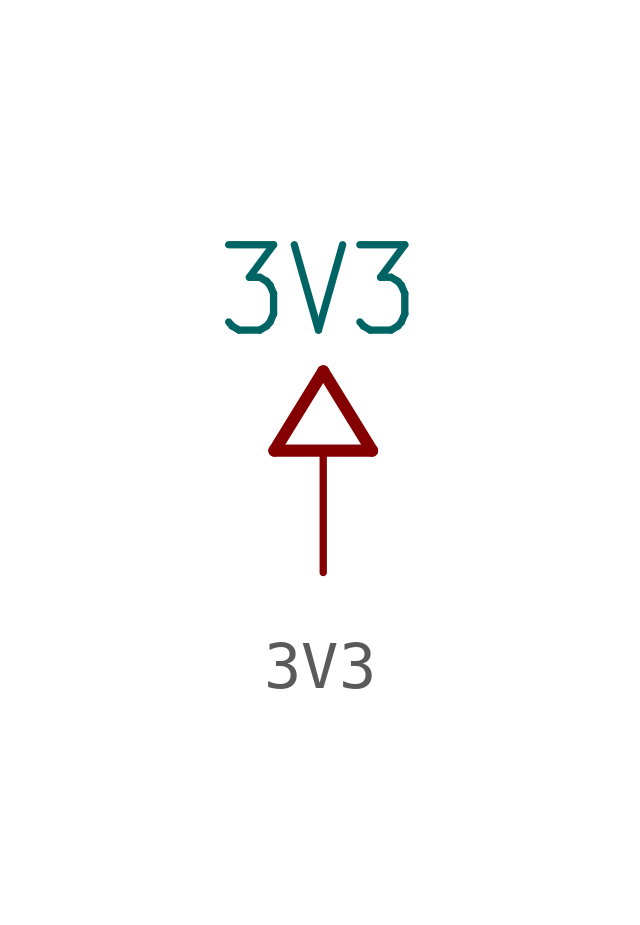
<source format=kicad_sym>
(kicad_symbol_lib
  (version 20211014)
  (generator kicad_symbol_editor)
  (symbol "3V3"
    (power)
    (property "Reference" ""
      (at 0 0 0)
      (effects (font (size 1.27 1.27)) hide))
    (property "Value" "3V3"
      (at -2.286 2.286 0)
      (effects (font (size 1.778 1.511)) (justify left bottom)))
    (property "ki_locked" ""
      (at 0 0 0)
      (effects (font (size 1.27 1.27))))
    (symbol "3V3_1_0"
      (polyline (pts (xy -1.016 0) (xy 0 1.651)) (stroke (width 0.254) (type default) (color 0 0 0 0)) (fill (type none)))
      (polyline (pts (xy -1.016 0) (xy 1.016 0)) (stroke (width 0.254) (type default) (color 0 0 0 0)) (fill (type none)))
      (polyline (pts (xy 0 1.651) (xy 1.016 0)) (stroke (width 0.254) (type default) (color 0 0 0 0)) (fill (type none)))
      (pin power_in line (at 0 -2.54 90) (length 2.54) (name "3V3" (effects (font (size 0 0)))) (number "1" (effects (font (size 0 0))))))))
</source>
